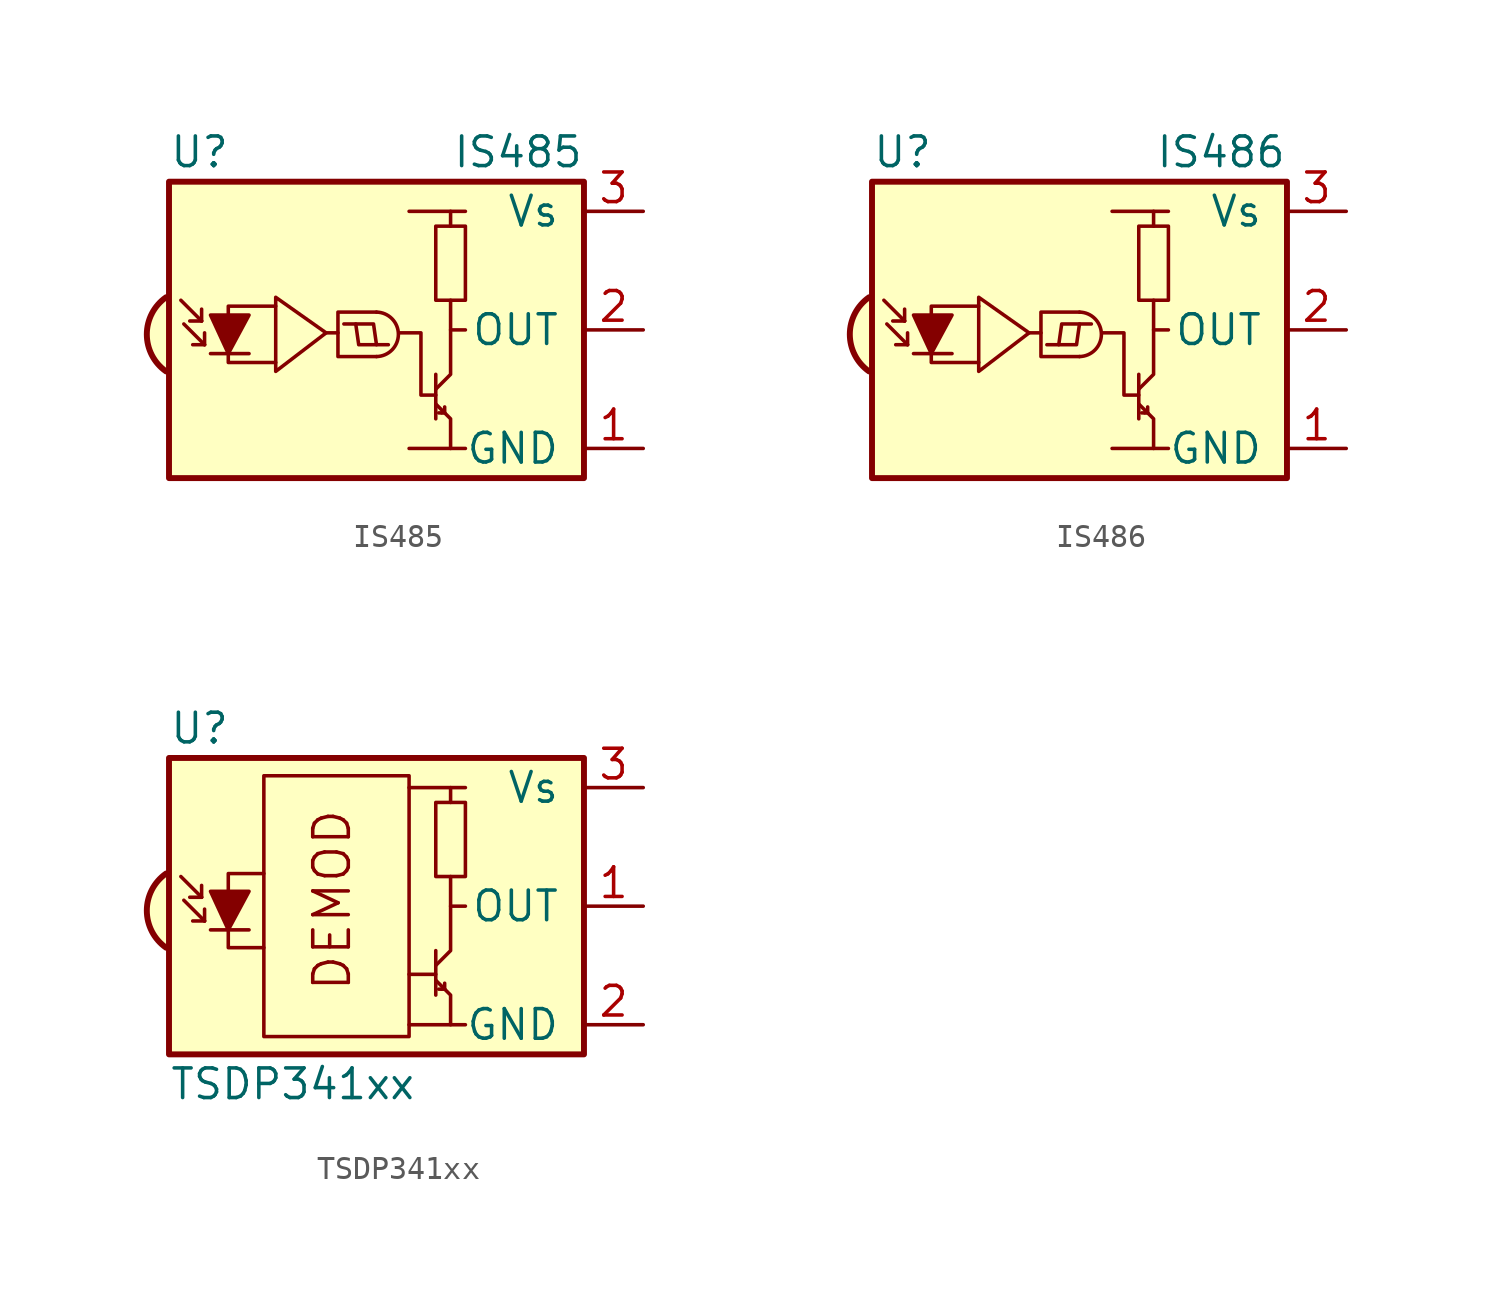
<source format=kicad_sym>
(kicad_symbol_lib
  (version 20201005)
  (generator kicad_symbol_editor)
  (symbol "IS485"
    (pin_names
      (offset 1.016))
    (property "Reference" "U"
      (at -10.16 7.62 0)
      (effects (font (size 1.27 1.27)) (justify left)))
    (property "Value" "IS485"
      (at 7.62 7.62 0)
      (effects (font (size 1.27 1.27)) (justify right)))
    (symbol "IS485_0_0"
      (arc (start -10.287 1.397) (end -10.287 -1.778) (radius (at -9.144 -0.1778) (length 1.9558) (angles 126 -125.5)) (stroke (width 0.254)) (fill (type background)))
      (polyline (pts (xy 1.905 -5.08) (xy 0.127 -5.08)) (stroke (width 0)) (fill (type none)))
      (polyline (pts (xy 1.905 5.08) (xy 0.127 5.08)) (stroke (width 0)) (fill (type none))))
    (symbol "IS485_0_1"
      (arc (start -1.27 -1.143) (end -1.27 0.762) (radius (at -1.27 -0.1778) (length 0.9398) (angles -89.9 89.9)) (stroke (width 0)) (fill (type none)))
      (rectangle (start 2.54 1.27) (end 1.27 4.445) (stroke (width 0)) (fill (type none)))
      (rectangle (start 7.62 6.35) (end -10.16 -6.35) (stroke (width 0.254)) (fill (type background)))
      (polyline (pts (xy -8.763 0.381) (xy -9.652 1.27)) (stroke (width 0)) (fill (type none)))
      (polyline (pts (xy -8.763 0.381) (xy -9.271 0.381)) (stroke (width 0)) (fill (type none)))
      (polyline (pts (xy -8.763 0.381) (xy -8.763 0.889)) (stroke (width 0)) (fill (type none)))
      (polyline (pts (xy -8.636 -0.635) (xy -9.525 0.254)) (stroke (width 0)) (fill (type none)))
      (polyline (pts (xy -8.636 -0.635) (xy -9.144 -0.635)) (stroke (width 0)) (fill (type none)))
      (polyline (pts (xy -8.636 -0.635) (xy -8.636 -0.127)) (stroke (width 0)) (fill (type none)))
      (polyline (pts (xy -8.382 -1.016) (xy -6.731 -1.016)) (stroke (width 0)) (fill (type none)))
      (polyline (pts (xy -3.429 -0.127) (xy -2.921 -0.127)) (stroke (width 0)) (fill (type none)))
      (polyline (pts (xy 1.27 -1.905) (xy 1.27 -3.81)) (stroke (width 0)) (fill (type none)))
      (polyline (pts (xy 1.397 -3.556) (xy 1.524 -3.556)) (stroke (width 0)) (fill (type none)))
      (polyline (pts (xy 1.651 -3.556) (xy 1.524 -3.556)) (stroke (width 0)) (fill (type none)))
      (polyline (pts (xy 1.651 -3.556) (xy 1.651 -3.302)) (stroke (width 0)) (fill (type none)))
      (polyline (pts (xy 1.905 0) (xy 1.905 1.27)) (stroke (width 0)) (fill (type none)))
      (polyline (pts (xy -2.667 0.254) (xy -1.397 0.254) (xy -1.27 -0.635)) (stroke (width 0)) (fill (type none)))
      (polyline (pts (xy -0.762 -0.635) (xy -2.032 -0.635) (xy -2.159 0.254)) (stroke (width 0)) (fill (type none)))
      (polyline (pts (xy 1.905 4.445) (xy 1.905 5.08) (xy 2.54 5.08)) (stroke (width 0)) (fill (type none)))
      (polyline (pts (xy -5.588 -1.397) (xy -7.62 -1.397) (xy -7.62 1.016) (xy -5.588 1.016)) (stroke (width 0)) (fill (type none)))
      (polyline (pts (xy -3.429 -0.127) (xy -5.588 1.397) (xy -5.588 -1.778) (xy -3.429 -0.127)) (stroke (width 0)) (fill (type none)))
      (polyline (pts (xy -1.27 0.762) (xy -2.921 0.762) (xy -2.921 -1.143) (xy -1.27 -1.143)) (stroke (width 0)) (fill (type none)))
      (polyline (pts (xy 1.27 -3.175) (xy 1.905 -3.81) (xy 1.905 -5.08) (xy 2.54 -5.08)) (stroke (width 0)) (fill (type none)))
      (polyline (pts (xy 1.27 -2.794) (xy 0.635 -2.794) (xy 0.635 -0.127) (xy -0.254 -0.127)) (stroke (width 0)) (fill (type none)))
      (polyline (pts (xy 1.27 -2.54) (xy 1.905 -1.905) (xy 1.905 0) (xy 2.54 0)) (stroke (width 0)) (fill (type none)))
      (polyline (pts (xy -8.382 0.635) (xy -6.731 0.635) (xy -7.62 -1.016) (xy -8.382 0.635)) (stroke (width 0)) (fill (type outline))))
    (symbol "IS485_1_1"
      (pin power_in line (at 10.16 -5.08 180) (length 2.54) (name "GND" (effects (font (size 1.27 1.27)))) (number "1" (effects (font (size 1.27 1.27)))))
      (pin output line (at 10.16 0 180) (length 2.54) (name "OUT" (effects (font (size 1.27 1.27)))) (number "2" (effects (font (size 1.27 1.27)))))
      (pin power_in line (at 10.16 5.08 180) (length 2.54) (name "Vs" (effects (font (size 1.27 1.27)))) (number "3" (effects (font (size 1.27 1.27)))))))
  (symbol "IS486"
    (pin_names
      (offset 1.016))
    (property "Reference" "U"
      (at -10.16 7.62 0)
      (effects (font (size 1.27 1.27)) (justify left)))
    (property "Value" "IS486"
      (at 7.62 7.62 0)
      (effects (font (size 1.27 1.27)) (justify right)))
    (symbol "IS486_0_0"
      (arc (start -10.287 1.397) (end -10.287 -1.778) (radius (at -9.144 -0.1778) (length 1.9558) (angles 126 -125.5)) (stroke (width 0.254)) (fill (type background)))
      (polyline (pts (xy 1.905 -5.08) (xy 0.127 -5.08)) (stroke (width 0)) (fill (type none)))
      (polyline (pts (xy 1.905 5.08) (xy 0.127 5.08)) (stroke (width 0)) (fill (type none))))
    (symbol "IS486_0_1"
      (arc (start -1.27 -1.143) (end -1.27 0.762) (radius (at -1.27 -0.1778) (length 0.9398) (angles -89.9 89.9)) (stroke (width 0)) (fill (type none)))
      (rectangle (start 2.54 1.27) (end 1.27 4.445) (stroke (width 0)) (fill (type none)))
      (rectangle (start 7.62 6.35) (end -10.16 -6.35) (stroke (width 0.254)) (fill (type background)))
      (polyline (pts (xy -8.763 0.381) (xy -9.652 1.27)) (stroke (width 0)) (fill (type none)))
      (polyline (pts (xy -8.763 0.381) (xy -9.271 0.381)) (stroke (width 0)) (fill (type none)))
      (polyline (pts (xy -8.763 0.381) (xy -8.763 0.889)) (stroke (width 0)) (fill (type none)))
      (polyline (pts (xy -8.636 -0.635) (xy -9.525 0.254)) (stroke (width 0)) (fill (type none)))
      (polyline (pts (xy -8.636 -0.635) (xy -9.144 -0.635)) (stroke (width 0)) (fill (type none)))
      (polyline (pts (xy -8.636 -0.635) (xy -8.636 -0.127)) (stroke (width 0)) (fill (type none)))
      (polyline (pts (xy -8.382 -1.016) (xy -6.731 -1.016)) (stroke (width 0)) (fill (type none)))
      (polyline (pts (xy -3.429 -0.127) (xy -2.921 -0.127)) (stroke (width 0)) (fill (type none)))
      (polyline (pts (xy 1.27 -1.905) (xy 1.27 -3.81)) (stroke (width 0)) (fill (type none)))
      (polyline (pts (xy 1.397 -3.556) (xy 1.524 -3.556)) (stroke (width 0)) (fill (type none)))
      (polyline (pts (xy 1.651 -3.556) (xy 1.524 -3.556)) (stroke (width 0)) (fill (type none)))
      (polyline (pts (xy 1.651 -3.556) (xy 1.651 -3.302)) (stroke (width 0)) (fill (type none)))
      (polyline (pts (xy 1.905 0) (xy 1.905 1.27)) (stroke (width 0)) (fill (type none)))
      (polyline (pts (xy -2.667 -0.635) (xy -1.397 -0.635) (xy -1.27 0.254)) (stroke (width 0)) (fill (type none)))
      (polyline (pts (xy -0.762 0.254) (xy -2.032 0.254) (xy -2.159 -0.635)) (stroke (width 0)) (fill (type none)))
      (polyline (pts (xy 1.905 4.445) (xy 1.905 5.08) (xy 2.54 5.08)) (stroke (width 0)) (fill (type none)))
      (polyline (pts (xy -5.588 -1.397) (xy -7.62 -1.397) (xy -7.62 1.016) (xy -5.588 1.016)) (stroke (width 0)) (fill (type none)))
      (polyline (pts (xy -3.429 -0.127) (xy -5.588 1.397) (xy -5.588 -1.778) (xy -3.429 -0.127)) (stroke (width 0)) (fill (type none)))
      (polyline (pts (xy -1.27 0.762) (xy -2.921 0.762) (xy -2.921 -1.143) (xy -1.27 -1.143)) (stroke (width 0)) (fill (type none)))
      (polyline (pts (xy 1.27 -3.175) (xy 1.905 -3.81) (xy 1.905 -5.08) (xy 2.54 -5.08)) (stroke (width 0)) (fill (type none)))
      (polyline (pts (xy 1.27 -2.794) (xy 0.635 -2.794) (xy 0.635 -0.127) (xy -0.254 -0.127)) (stroke (width 0)) (fill (type none)))
      (polyline (pts (xy 1.27 -2.54) (xy 1.905 -1.905) (xy 1.905 0) (xy 2.54 0)) (stroke (width 0)) (fill (type none)))
      (polyline (pts (xy -8.382 0.635) (xy -6.731 0.635) (xy -7.62 -1.016) (xy -8.382 0.635)) (stroke (width 0)) (fill (type outline))))
    (symbol "IS486_1_1"
      (pin power_in line (at 10.16 -5.08 180) (length 2.54) (name "GND" (effects (font (size 1.27 1.27)))) (number "1" (effects (font (size 1.27 1.27)))))
      (pin output line (at 10.16 0 180) (length 2.54) (name "OUT" (effects (font (size 1.27 1.27)))) (number "2" (effects (font (size 1.27 1.27)))))
      (pin power_in line (at 10.16 5.08 180) (length 2.54) (name "Vs" (effects (font (size 1.27 1.27)))) (number "3" (effects (font (size 1.27 1.27)))))))
  (symbol "TSDP341xx"
    (pin_names
      (offset 1.016))
    (property "Reference" "U"
      (at -10.16 7.62 0)
      (effects (font (size 1.27 1.27)) (justify left)))
    (property "Value" "TSDP341xx"
      (at -10.16 -7.62 0)
      (effects (font (size 1.27 1.27)) (justify left)))
    (symbol "TSDP341xx_0_0"
      (arc (start -10.287 1.397) (end -10.287 -1.778) (radius (at -9.144 -0.1778) (length 1.9558) (angles 126 -125.5)) (stroke (width 0.254)) (fill (type background)))
      (text "DEMOD" (at -3.175 0.254 900) (effects (font (size 1.524 1.524))))
      (polyline (pts (xy 1.905 -5.08) (xy 0.127 -5.08)) (stroke (width 0)) (fill (type none)))
      (polyline (pts (xy 1.905 5.08) (xy 0.127 5.08)) (stroke (width 0)) (fill (type none))))
    (symbol "TSDP341xx_0_1"
      (rectangle (start -6.096 5.588) (end 0.127 -5.588) (stroke (width 0)) (fill (type none)))
      (rectangle (start 2.54 1.27) (end 1.27 4.445) (stroke (width 0)) (fill (type none)))
      (rectangle (start 7.62 6.35) (end -10.16 -6.35) (stroke (width 0.254)) (fill (type background)))
      (polyline (pts (xy -8.763 0.381) (xy -9.652 1.27)) (stroke (width 0)) (fill (type none)))
      (polyline (pts (xy -8.763 0.381) (xy -9.271 0.381)) (stroke (width 0)) (fill (type none)))
      (polyline (pts (xy -8.763 0.381) (xy -8.763 0.889)) (stroke (width 0)) (fill (type none)))
      (polyline (pts (xy -8.636 -0.635) (xy -9.525 0.254)) (stroke (width 0)) (fill (type none)))
      (polyline (pts (xy -8.636 -0.635) (xy -9.144 -0.635)) (stroke (width 0)) (fill (type none)))
      (polyline (pts (xy -8.636 -0.635) (xy -8.636 -0.127)) (stroke (width 0)) (fill (type none)))
      (polyline (pts (xy -8.382 -1.016) (xy -6.731 -1.016)) (stroke (width 0)) (fill (type none)))
      (polyline (pts (xy 1.27 -2.921) (xy 0.127 -2.921)) (stroke (width 0)) (fill (type none)))
      (polyline (pts (xy 1.27 -1.905) (xy 1.27 -3.81)) (stroke (width 0)) (fill (type none)))
      (polyline (pts (xy 1.397 -3.556) (xy 1.524 -3.556)) (stroke (width 0)) (fill (type none)))
      (polyline (pts (xy 1.651 -3.556) (xy 1.524 -3.556)) (stroke (width 0)) (fill (type none)))
      (polyline (pts (xy 1.651 -3.556) (xy 1.651 -3.302)) (stroke (width 0)) (fill (type none)))
      (polyline (pts (xy 1.905 0) (xy 1.905 1.27)) (stroke (width 0)) (fill (type none)))
      (polyline (pts (xy 1.905 4.445) (xy 1.905 5.08) (xy 2.54 5.08)) (stroke (width 0)) (fill (type none)))
      (polyline (pts (xy -6.096 1.397) (xy -7.62 1.397) (xy -7.62 -1.778) (xy -6.096 -1.778)) (stroke (width 0)) (fill (type none)))
      (polyline (pts (xy 1.27 -3.175) (xy 1.905 -3.81) (xy 1.905 -5.08) (xy 2.54 -5.08)) (stroke (width 0)) (fill (type none)))
      (polyline (pts (xy 1.27 -2.54) (xy 1.905 -1.905) (xy 1.905 0) (xy 2.54 0)) (stroke (width 0)) (fill (type none)))
      (polyline (pts (xy -8.382 0.635) (xy -6.731 0.635) (xy -7.62 -1.016) (xy -8.382 0.635)) (stroke (width 0)) (fill (type outline))))
    (symbol "TSDP341xx_1_1"
      (pin output line (at 10.16 0 180) (length 2.54) (name "OUT" (effects (font (size 1.27 1.27)))) (number "1" (effects (font (size 1.27 1.27)))))
      (pin power_in line (at 10.16 -5.08 180) (length 2.54) (name "GND" (effects (font (size 1.27 1.27)))) (number "2" (effects (font (size 1.27 1.27)))))
      (pin power_in line (at 10.16 5.08 180) (length 2.54) (name "Vs" (effects (font (size 1.27 1.27)))) (number "3" (effects (font (size 1.27 1.27))))))))
</source>
